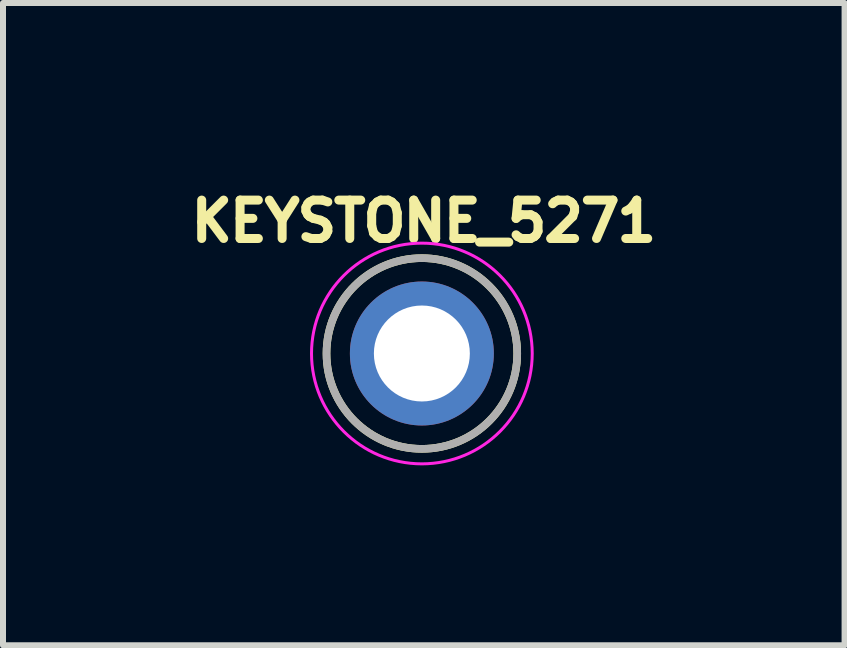
<source format=kicad_pcb>
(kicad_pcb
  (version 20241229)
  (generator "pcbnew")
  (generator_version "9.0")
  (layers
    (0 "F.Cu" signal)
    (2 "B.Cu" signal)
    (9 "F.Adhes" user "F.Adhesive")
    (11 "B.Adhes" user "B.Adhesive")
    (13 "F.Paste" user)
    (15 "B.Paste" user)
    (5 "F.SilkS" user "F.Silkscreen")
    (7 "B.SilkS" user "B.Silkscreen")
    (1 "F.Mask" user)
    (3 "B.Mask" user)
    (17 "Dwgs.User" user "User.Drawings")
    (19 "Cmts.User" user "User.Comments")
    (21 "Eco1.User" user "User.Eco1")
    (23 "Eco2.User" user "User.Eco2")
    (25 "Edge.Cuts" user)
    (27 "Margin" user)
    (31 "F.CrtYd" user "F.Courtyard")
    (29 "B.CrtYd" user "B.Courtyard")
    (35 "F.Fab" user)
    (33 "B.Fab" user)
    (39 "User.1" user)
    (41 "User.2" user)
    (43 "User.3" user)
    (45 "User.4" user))
  (footprint "KEYSTONE_5271"
    (layer "F.Cu")
    (at 3.984 2.844)
    (property "Reference" "KEYSTONE_5271" (at 0.032 -2.206 0) (layer "F.SilkS") (effects (font (size 0.64 0.64) (thickness 0.15))))
    (attr through_hole)
    (fp_circle (center 0 0) (end 1.59 0) (stroke (width 0.127) (type solid)) (fill no) (layer "F.SilkS"))
    (fp_circle (center 0 0) (end 1.84 0) (stroke (width 0.05) (type solid)) (fill no) (layer "F.CrtYd"))
    (fp_circle (center 0 0) (end 1.59 0) (stroke (width 0.127) (type solid)) (fill no) (layer "F.Fab"))
    (pad "1" thru_hole circle (at 0 0) (size 2.4 2.4) (drill 1.6) (layers "*.Cu" "*.Mask")))
  (gr_rect
    (start -3 -3)
    (end 11.032 7.709)
    (stroke (width 0.1) (type default))
    (fill no)
    (layer "Edge.Cuts")))
</source>
